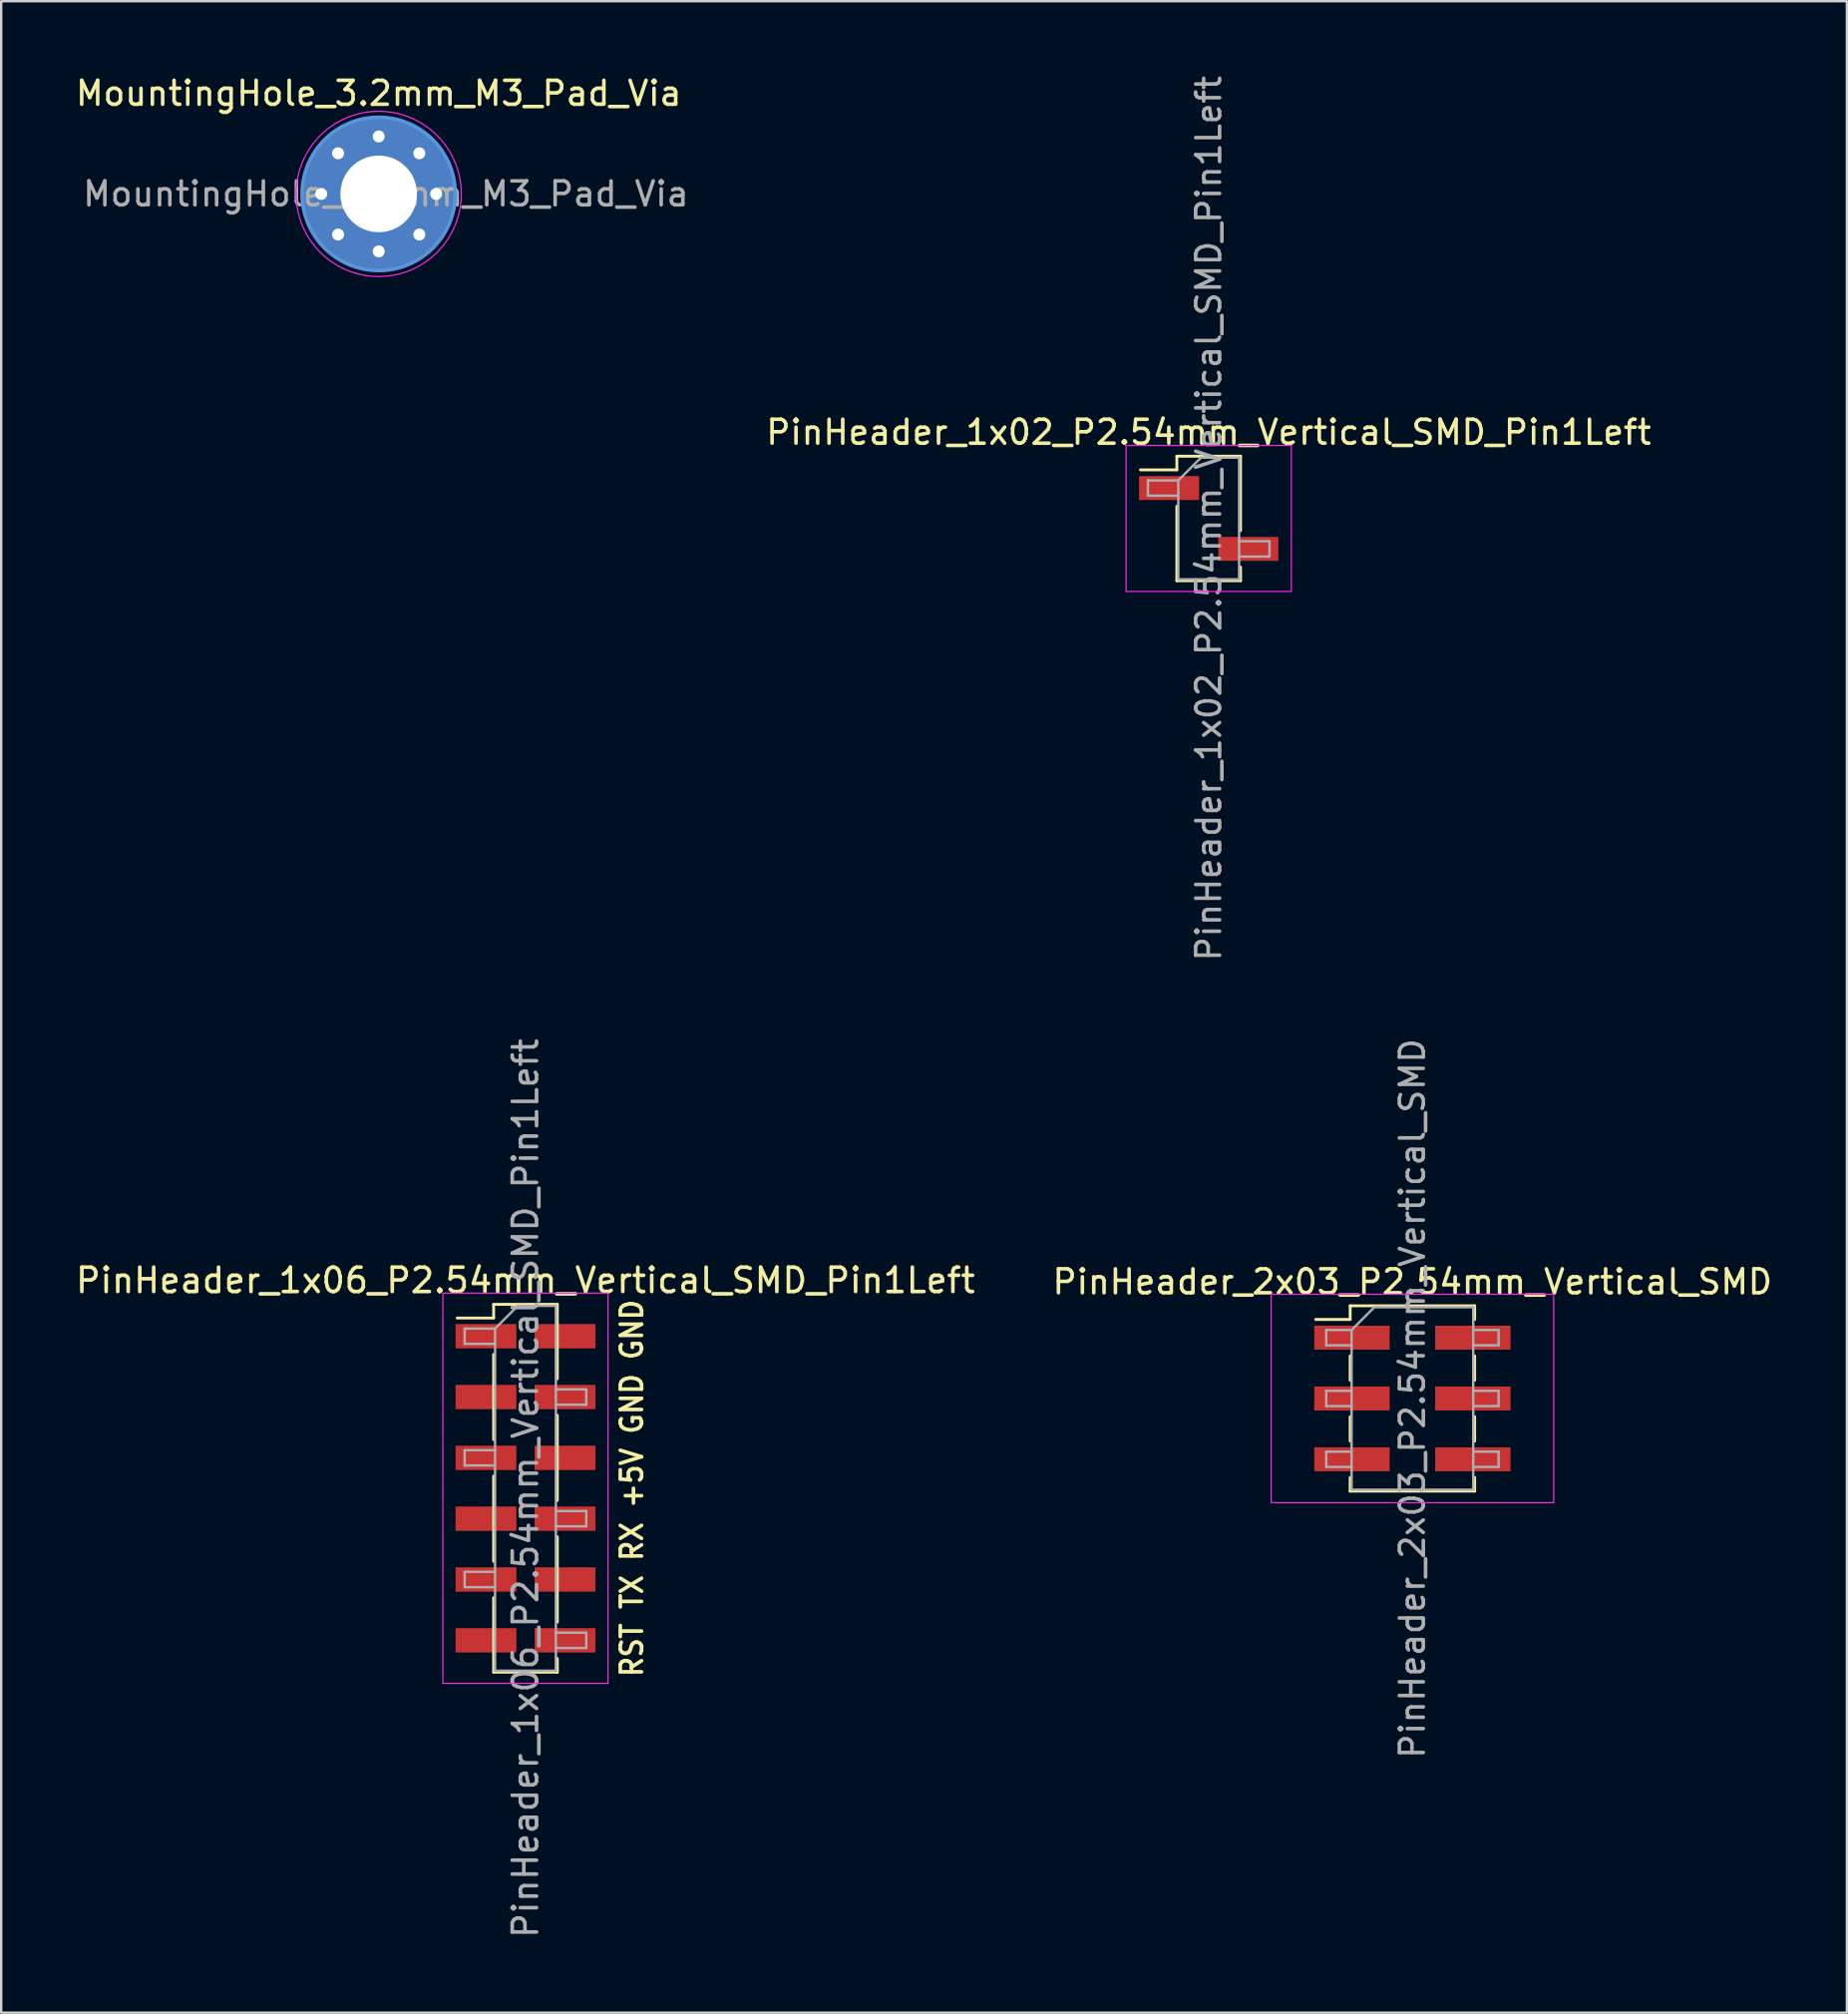
<source format=kicad_pcb>
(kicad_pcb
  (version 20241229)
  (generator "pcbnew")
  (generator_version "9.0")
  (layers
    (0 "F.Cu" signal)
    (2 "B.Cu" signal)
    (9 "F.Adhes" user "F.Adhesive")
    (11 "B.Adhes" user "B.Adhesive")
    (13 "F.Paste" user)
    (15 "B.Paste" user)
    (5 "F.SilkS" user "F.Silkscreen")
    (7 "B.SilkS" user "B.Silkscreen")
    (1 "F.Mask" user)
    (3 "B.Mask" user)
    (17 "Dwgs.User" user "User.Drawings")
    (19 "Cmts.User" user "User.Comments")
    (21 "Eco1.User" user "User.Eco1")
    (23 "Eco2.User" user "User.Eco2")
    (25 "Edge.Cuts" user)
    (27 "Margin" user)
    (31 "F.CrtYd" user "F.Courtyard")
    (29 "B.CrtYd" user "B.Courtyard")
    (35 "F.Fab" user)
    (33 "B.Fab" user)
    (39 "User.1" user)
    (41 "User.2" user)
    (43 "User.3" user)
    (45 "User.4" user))
  (footprint "PinHeader_1x06_P2.54mm_Vertical_SMD_Pin1Left"
    (layer "F.Cu")
    (at 18.899 59.101)
    (property "Reference" "PinHeader_1x06_P2.54mm_Vertical_SMD_Pin1Left" (at 0 -8.68 180) (layer "F.SilkS") (effects (font (size 1.016 1.016) (thickness 0.152))))
    (attr smd)
    (fp_line (start -1.33 -7.68) (end -1.33 -7.11) (stroke (width 0.12) (type solid)) (layer "F.SilkS"))
    (fp_line (start -1.33 -7.68) (end 1.33 -7.68) (stroke (width 0.12) (type solid)) (layer "F.SilkS"))
    (fp_line (start -1.33 -7.11) (end -2.85 -7.11) (stroke (width 0.12) (type solid)) (layer "F.SilkS"))
    (fp_line (start -1.33 -5.59) (end -1.33 -2.03) (stroke (width 0.12) (type solid)) (layer "F.SilkS"))
    (fp_line (start -1.33 -0.51) (end -1.33 3.05) (stroke (width 0.12) (type solid)) (layer "F.SilkS"))
    (fp_line (start -1.33 4.57) (end -1.33 7.68) (stroke (width 0.12) (type solid)) (layer "F.SilkS"))
    (fp_line (start -1.33 7.68) (end 1.33 7.68) (stroke (width 0.12) (type solid)) (layer "F.SilkS"))
    (fp_line (start 1.33 -7.68) (end 1.33 -4.57) (stroke (width 0.12) (type solid)) (layer "F.SilkS"))
    (fp_line (start 1.33 -3.05) (end 1.33 0.51) (stroke (width 0.12) (type solid)) (layer "F.SilkS"))
    (fp_line (start 1.33 2.03) (end 1.33 5.59) (stroke (width 0.12) (type solid)) (layer "F.SilkS"))
    (fp_line (start 1.33 7.11) (end 1.33 7.68) (stroke (width 0.12) (type solid)) (layer "F.SilkS"))
    (fp_line (start -3.45 -8.15) (end -3.45 8.15) (stroke (width 0.05) (type solid)) (layer "F.CrtYd"))
    (fp_line (start -3.45 8.15) (end 3.45 8.15) (stroke (width 0.05) (type solid)) (layer "F.CrtYd"))
    (fp_line (start 3.45 -8.15) (end -3.45 -8.15) (stroke (width 0.05) (type solid)) (layer "F.CrtYd"))
    (fp_line (start 3.45 8.15) (end 3.45 -8.15) (stroke (width 0.05) (type solid)) (layer "F.CrtYd"))
    (fp_line (start -2.54 -6.67) (end -2.54 -6.03) (stroke (width 0.1) (type solid)) (layer "F.Fab"))
    (fp_line (start -2.54 -6.03) (end -1.27 -6.03) (stroke (width 0.1) (type solid)) (layer "F.Fab"))
    (fp_line (start -2.54 -1.59) (end -2.54 -0.95) (stroke (width 0.1) (type solid)) (layer "F.Fab"))
    (fp_line (start -2.54 -0.95) (end -1.27 -0.95) (stroke (width 0.1) (type solid)) (layer "F.Fab"))
    (fp_line (start -2.54 3.49) (end -2.54 4.13) (stroke (width 0.1) (type solid)) (layer "F.Fab"))
    (fp_line (start -2.54 4.13) (end -1.27 4.13) (stroke (width 0.1) (type solid)) (layer "F.Fab"))
    (fp_line (start -1.27 -6.67) (end -2.54 -6.67) (stroke (width 0.1) (type solid)) (layer "F.Fab"))
    (fp_line (start -1.27 -6.67) (end -0.32 -7.62) (stroke (width 0.1) (type solid)) (layer "F.Fab"))
    (fp_line (start -1.27 -1.59) (end -2.54 -1.59) (stroke (width 0.1) (type solid)) (layer "F.Fab"))
    (fp_line (start -1.27 3.49) (end -2.54 3.49) (stroke (width 0.1) (type solid)) (layer "F.Fab"))
    (fp_line (start -1.27 7.62) (end -1.27 -6.67) (stroke (width 0.1) (type solid)) (layer "F.Fab"))
    (fp_line (start -0.32 -7.62) (end 1.27 -7.62) (stroke (width 0.1) (type solid)) (layer "F.Fab"))
    (fp_line (start 1.27 -7.62) (end 1.27 7.62) (stroke (width 0.1) (type solid)) (layer "F.Fab"))
    (fp_line (start 1.27 -4.13) (end 2.54 -4.13) (stroke (width 0.1) (type solid)) (layer "F.Fab"))
    (fp_line (start 1.27 0.95) (end 2.54 0.95) (stroke (width 0.1) (type solid)) (layer "F.Fab"))
    (fp_line (start 1.27 6.03) (end 2.54 6.03) (stroke (width 0.1) (type solid)) (layer "F.Fab"))
    (fp_line (start 1.27 7.62) (end -1.27 7.62) (stroke (width 0.1) (type solid)) (layer "F.Fab"))
    (fp_line (start 2.54 -4.13) (end 2.54 -3.49) (stroke (width 0.1) (type solid)) (layer "F.Fab"))
    (fp_line (start 2.54 -3.49) (end 1.27 -3.49) (stroke (width 0.1) (type solid)) (layer "F.Fab"))
    (fp_line (start 2.54 0.95) (end 2.54 1.59) (stroke (width 0.1) (type solid)) (layer "F.Fab"))
    (fp_line (start 2.54 1.59) (end 1.27 1.59) (stroke (width 0.1) (type solid)) (layer "F.Fab"))
    (fp_line (start 2.54 6.03) (end 2.54 6.67) (stroke (width 0.1) (type solid)) (layer "F.Fab"))
    (fp_line (start 2.54 6.67) (end 1.27 6.67) (stroke (width 0.1) (type solid)) (layer "F.Fab"))
    (fp_text user "RST TX RX +5V GND GND" (at 4.445 0 90) (layer "F.SilkS") (effects (font (size 0.889 0.813) (thickness 0.152))))
    (fp_text user "${REFERENCE}" (at 0 0 270) (layer "F.Fab") (effects (font (size 1.016 1.016) (thickness 0.152))))
    (pad "1" smd rect (at -1.651 -6.35) (size 2.54 1.016) (layers "F.Cu" "F.Mask" "F.Paste"))
    (pad "1" smd rect (at 1.651 -6.35) (size 2.54 1.016) (layers "F.Cu" "F.Mask" "F.Paste"))
    (pad "2" smd rect (at -1.651 -3.81) (size 2.54 1.016) (layers "F.Cu" "F.Mask" "F.Paste"))
    (pad "2" smd rect (at 1.651 -3.81) (size 2.54 1.016) (layers "F.Cu" "F.Mask" "F.Paste"))
    (pad "3" smd rect (at -1.651 -1.27) (size 2.54 1.016) (layers "F.Cu" "F.Mask" "F.Paste"))
    (pad "3" smd rect (at 1.651 -1.27) (size 2.54 1.016) (layers "F.Cu" "F.Mask" "F.Paste"))
    (pad "4" smd rect (at -1.651 1.27) (size 2.54 1.016) (layers "F.Cu" "F.Mask" "F.Paste"))
    (pad "4" smd rect (at 1.651 1.27) (size 2.54 1.016) (layers "F.Cu" "F.Mask" "F.Paste"))
    (pad "5" smd rect (at -1.651 3.81) (size 2.54 1.016) (layers "F.Cu" "F.Mask" "F.Paste"))
    (pad "5" smd rect (at 1.651 3.81) (size 2.54 1.016) (layers "F.Cu" "F.Mask" "F.Paste"))
    (pad "6" smd rect (at -1.651 6.35) (size 2.54 1.016) (layers "F.Cu" "F.Mask" "F.Paste"))
    (pad "6" smd rect (at 1.651 6.35) (size 2.54 1.016) (layers "F.Cu" "F.Mask" "F.Paste")))
  (footprint "MountingHole_3.2mm_M3_Pad_Via"
    (layer "F.Cu")
    (at 12.768 5.048)
    (property "Reference" "MountingHole_3.2mm_M3_Pad_Via" (at 0 -4.2 0) (layer "F.SilkS") (effects (font (size 1 1) (thickness 0.15))))
    (attr exclude_from_pos_files exclude_from_bom)
    (fp_circle (center 0 0) (end 3.2 0) (stroke (width 0.15) (type solid)) (fill no) (layer "Cmts.User"))
    (fp_circle (center 0 0) (end 3.45 0) (stroke (width 0.05) (type solid)) (fill no) (layer "F.CrtYd"))
    (fp_text user "${REFERENCE}" (at 0.3 0 0) (layer "F.Fab") (effects (font (size 1 1) (thickness 0.15))))
    (pad "1" thru_hole circle (at -2.4 0) (size 0.8 0.8) (drill 0.5) (layers "*.Cu" "*.Mask"))
    (pad "1" thru_hole circle (at -1.697 -1.697) (size 0.8 0.8) (drill 0.5) (layers "*.Cu" "*.Mask"))
    (pad "1" thru_hole circle (at -1.697 1.697) (size 0.8 0.8) (drill 0.5) (layers "*.Cu" "*.Mask"))
    (pad "1" thru_hole circle (at 0 -2.4) (size 0.8 0.8) (drill 0.5) (layers "*.Cu" "*.Mask"))
    (pad "1" thru_hole circle (at 0 0) (size 6.4 6.4) (drill 3.2) (layers "*.Cu" "*.Mask"))
    (pad "1" thru_hole circle (at 0 2.4) (size 0.8 0.8) (drill 0.5) (layers "*.Cu" "*.Mask"))
    (pad "1" thru_hole circle (at 1.697 -1.697) (size 0.8 0.8) (drill 0.5) (layers "*.Cu" "*.Mask"))
    (pad "1" thru_hole circle (at 1.697 1.697) (size 0.8 0.8) (drill 0.5) (layers "*.Cu" "*.Mask"))
    (pad "1" thru_hole circle (at 2.4 0) (size 0.8 0.8) (drill 0.5) (layers "*.Cu" "*.Mask")))
  (footprint "PinHeader_1x02_P2.54mm_Vertical_SMD_Pin1Left"
    (layer "F.Cu")
    (at 47.437 18.601)
    (property "Reference" "PinHeader_1x02_P2.54mm_Vertical_SMD_Pin1Left" (at 0 -3.6 0) (layer "F.SilkS") (effects (font (size 1 1) (thickness 0.15))))
    (attr smd)
    (fp_line (start -1.33 -2.6) (end -1.33 -2.03) (stroke (width 0.12) (type solid)) (layer "F.SilkS"))
    (fp_line (start -1.33 -2.6) (end 1.33 -2.6) (stroke (width 0.12) (type solid)) (layer "F.SilkS"))
    (fp_line (start -1.33 -2.03) (end -2.85 -2.03) (stroke (width 0.12) (type solid)) (layer "F.SilkS"))
    (fp_line (start -1.33 -0.51) (end -1.33 2.6) (stroke (width 0.12) (type solid)) (layer "F.SilkS"))
    (fp_line (start -1.33 2.6) (end 1.33 2.6) (stroke (width 0.12) (type solid)) (layer "F.SilkS"))
    (fp_line (start 1.33 -2.6) (end 1.33 0.51) (stroke (width 0.12) (type solid)) (layer "F.SilkS"))
    (fp_line (start 1.33 2.03) (end 1.33 2.6) (stroke (width 0.12) (type solid)) (layer "F.SilkS"))
    (fp_line (start -3.45 -3.05) (end -3.45 3.05) (stroke (width 0.05) (type solid)) (layer "F.CrtYd"))
    (fp_line (start -3.45 3.05) (end 3.45 3.05) (stroke (width 0.05) (type solid)) (layer "F.CrtYd"))
    (fp_line (start 3.45 -3.05) (end -3.45 -3.05) (stroke (width 0.05) (type solid)) (layer "F.CrtYd"))
    (fp_line (start 3.45 3.05) (end 3.45 -3.05) (stroke (width 0.05) (type solid)) (layer "F.CrtYd"))
    (fp_line (start -2.54 -1.59) (end -2.54 -0.95) (stroke (width 0.1) (type solid)) (layer "F.Fab"))
    (fp_line (start -2.54 -0.95) (end -1.27 -0.95) (stroke (width 0.1) (type solid)) (layer "F.Fab"))
    (fp_line (start -1.27 -1.59) (end -2.54 -1.59) (stroke (width 0.1) (type solid)) (layer "F.Fab"))
    (fp_line (start -1.27 -1.59) (end -0.32 -2.54) (stroke (width 0.1) (type solid)) (layer "F.Fab"))
    (fp_line (start -1.27 2.54) (end -1.27 -1.59) (stroke (width 0.1) (type solid)) (layer "F.Fab"))
    (fp_line (start -0.32 -2.54) (end 1.27 -2.54) (stroke (width 0.1) (type solid)) (layer "F.Fab"))
    (fp_line (start 1.27 -2.54) (end 1.27 2.54) (stroke (width 0.1) (type solid)) (layer "F.Fab"))
    (fp_line (start 1.27 0.95) (end 2.54 0.95) (stroke (width 0.1) (type solid)) (layer "F.Fab"))
    (fp_line (start 1.27 2.54) (end -1.27 2.54) (stroke (width 0.1) (type solid)) (layer "F.Fab"))
    (fp_line (start 2.54 0.95) (end 2.54 1.59) (stroke (width 0.1) (type solid)) (layer "F.Fab"))
    (fp_line (start 2.54 1.59) (end 1.27 1.59) (stroke (width 0.1) (type solid)) (layer "F.Fab"))
    (fp_text user "${REFERENCE}" (at 0 0 90) (layer "F.Fab") (effects (font (size 1 1) (thickness 0.15))))
    (pad "1" smd rect (at -1.655 -1.27) (size 2.51 1) (layers "F.Cu" "F.Mask" "F.Paste"))
    (pad "2" smd rect (at 1.655 1.27) (size 2.51 1) (layers "F.Cu" "F.Mask" "F.Paste")))
  (footprint "PinHeader_2x03_P2.54mm_Vertical_SMD"
    (layer "F.Cu")
    (at 55.946 55.351)
    (property "Reference" "PinHeader_2x03_P2.54mm_Vertical_SMD" (at 0 -4.87 0) (layer "F.SilkS") (effects (font (size 1 1) (thickness 0.15))))
    (attr smd)
    (fp_line (start -4.04 -3.3) (end -2.6 -3.3) (stroke (width 0.12) (type solid)) (layer "F.SilkS"))
    (fp_line (start -2.6 -3.87) (end -2.6 -3.3) (stroke (width 0.12) (type solid)) (layer "F.SilkS"))
    (fp_line (start -2.6 -3.87) (end 2.6 -3.87) (stroke (width 0.12) (type solid)) (layer "F.SilkS"))
    (fp_line (start -2.6 -1.78) (end -2.6 -0.76) (stroke (width 0.12) (type solid)) (layer "F.SilkS"))
    (fp_line (start -2.6 0.76) (end -2.6 1.78) (stroke (width 0.12) (type solid)) (layer "F.SilkS"))
    (fp_line (start -2.6 3.3) (end -2.6 3.87) (stroke (width 0.12) (type solid)) (layer "F.SilkS"))
    (fp_line (start -2.6 3.87) (end 2.6 3.87) (stroke (width 0.12) (type solid)) (layer "F.SilkS"))
    (fp_line (start 2.6 -3.87) (end 2.6 -3.3) (stroke (width 0.12) (type solid)) (layer "F.SilkS"))
    (fp_line (start 2.6 -1.78) (end 2.6 -0.76) (stroke (width 0.12) (type solid)) (layer "F.SilkS"))
    (fp_line (start 2.6 0.76) (end 2.6 1.78) (stroke (width 0.12) (type solid)) (layer "F.SilkS"))
    (fp_line (start 2.6 3.3) (end 2.6 3.87) (stroke (width 0.12) (type solid)) (layer "F.SilkS"))
    (fp_line (start -5.9 -4.35) (end -5.9 4.35) (stroke (width 0.05) (type solid)) (layer "F.CrtYd"))
    (fp_line (start -5.9 4.35) (end 5.9 4.35) (stroke (width 0.05) (type solid)) (layer "F.CrtYd"))
    (fp_line (start 5.9 -4.35) (end -5.9 -4.35) (stroke (width 0.05) (type solid)) (layer "F.CrtYd"))
    (fp_line (start 5.9 4.35) (end 5.9 -4.35) (stroke (width 0.05) (type solid)) (layer "F.CrtYd"))
    (fp_line (start -3.6 -2.86) (end -3.6 -2.22) (stroke (width 0.1) (type solid)) (layer "F.Fab"))
    (fp_line (start -3.6 -2.22) (end -2.54 -2.22) (stroke (width 0.1) (type solid)) (layer "F.Fab"))
    (fp_line (start -3.6 -0.32) (end -3.6 0.32) (stroke (width 0.1) (type solid)) (layer "F.Fab"))
    (fp_line (start -3.6 0.32) (end -2.54 0.32) (stroke (width 0.1) (type solid)) (layer "F.Fab"))
    (fp_line (start -3.6 2.22) (end -3.6 2.86) (stroke (width 0.1) (type solid)) (layer "F.Fab"))
    (fp_line (start -3.6 2.86) (end -2.54 2.86) (stroke (width 0.1) (type solid)) (layer "F.Fab"))
    (fp_line (start -2.54 -2.86) (end -3.6 -2.86) (stroke (width 0.1) (type solid)) (layer "F.Fab"))
    (fp_line (start -2.54 -2.86) (end -1.59 -3.81) (stroke (width 0.1) (type solid)) (layer "F.Fab"))
    (fp_line (start -2.54 -0.32) (end -3.6 -0.32) (stroke (width 0.1) (type solid)) (layer "F.Fab"))
    (fp_line (start -2.54 2.22) (end -3.6 2.22) (stroke (width 0.1) (type solid)) (layer "F.Fab"))
    (fp_line (start -2.54 3.81) (end -2.54 -2.86) (stroke (width 0.1) (type solid)) (layer "F.Fab"))
    (fp_line (start -1.59 -3.81) (end 2.54 -3.81) (stroke (width 0.1) (type solid)) (layer "F.Fab"))
    (fp_line (start 2.54 -3.81) (end 2.54 3.81) (stroke (width 0.1) (type solid)) (layer "F.Fab"))
    (fp_line (start 2.54 -2.86) (end 3.6 -2.86) (stroke (width 0.1) (type solid)) (layer "F.Fab"))
    (fp_line (start 2.54 -0.32) (end 3.6 -0.32) (stroke (width 0.1) (type solid)) (layer "F.Fab"))
    (fp_line (start 2.54 2.22) (end 3.6 2.22) (stroke (width 0.1) (type solid)) (layer "F.Fab"))
    (fp_line (start 2.54 3.81) (end -2.54 3.81) (stroke (width 0.1) (type solid)) (layer "F.Fab"))
    (fp_line (start 3.6 -2.86) (end 3.6 -2.22) (stroke (width 0.1) (type solid)) (layer "F.Fab"))
    (fp_line (start 3.6 -2.22) (end 2.54 -2.22) (stroke (width 0.1) (type solid)) (layer "F.Fab"))
    (fp_line (start 3.6 -0.32) (end 3.6 0.32) (stroke (width 0.1) (type solid)) (layer "F.Fab"))
    (fp_line (start 3.6 0.32) (end 2.54 0.32) (stroke (width 0.1) (type solid)) (layer "F.Fab"))
    (fp_line (start 3.6 2.22) (end 3.6 2.86) (stroke (width 0.1) (type solid)) (layer "F.Fab"))
    (fp_line (start 3.6 2.86) (end 2.54 2.86) (stroke (width 0.1) (type solid)) (layer "F.Fab"))
    (fp_text user "${REFERENCE}" (at 0 0 270) (layer "F.Fab") (effects (font (size 1 1) (thickness 0.15))))
    (pad "1" smd rect (at -2.525 -2.54) (size 3.15 1) (layers "F.Cu" "F.Mask" "F.Paste"))
    (pad "2" smd rect (at 2.525 -2.54) (size 3.15 1) (layers "F.Cu" "F.Mask" "F.Paste"))
    (pad "3" smd rect (at -2.525 0) (size 3.15 1) (layers "F.Cu" "F.Mask" "F.Paste"))
    (pad "4" smd rect (at 2.525 0) (size 3.15 1) (layers "F.Cu" "F.Mask" "F.Paste"))
    (pad "5" smd rect (at -2.525 2.54) (size 3.15 1) (layers "F.Cu" "F.Mask" "F.Paste"))
    (pad "6" smd rect (at 2.525 2.54) (size 3.15 1) (layers "F.Cu" "F.Mask" "F.Paste")))
  (gr_rect
    (start -3 -3)
    (end 74.095 81)
    (stroke (width 0.1) (type default))
    (fill no)
    (layer "Edge.Cuts")))
</source>
